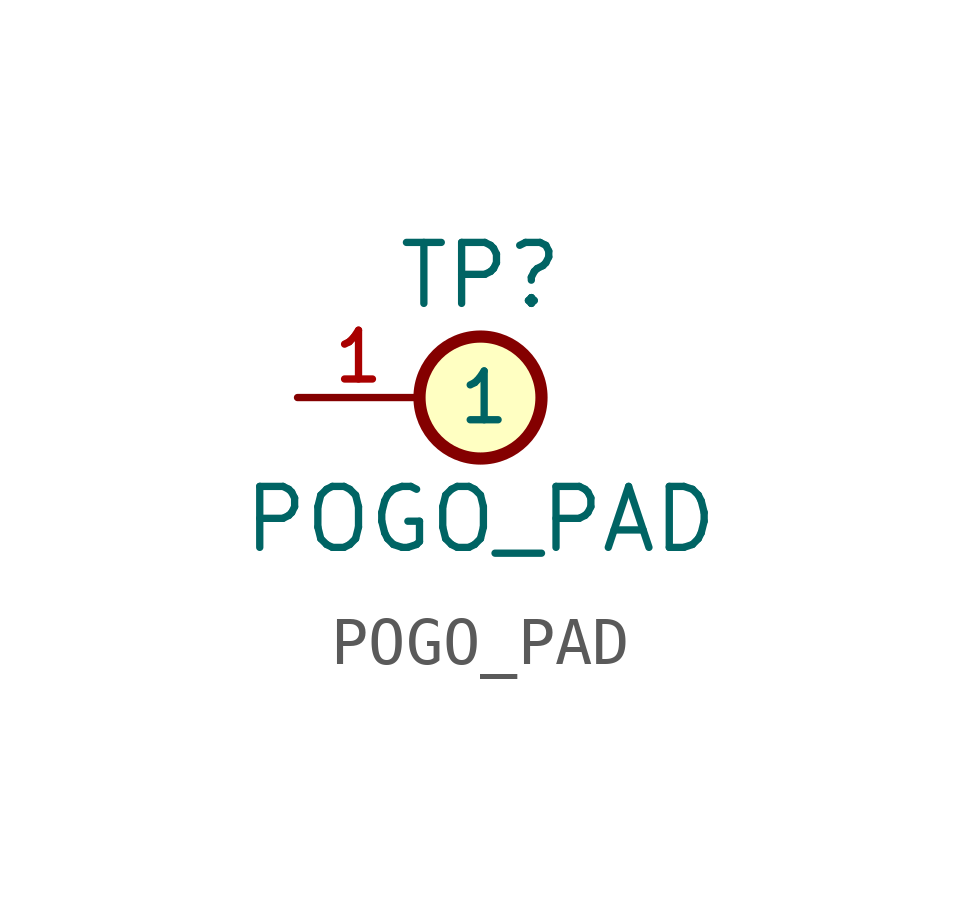
<source format=kicad_sym>
(kicad_symbol_lib
  (version 20240108)
  (generator "custom")
  (symbol "POGO_PAD"
    (pin_names
      (offset 0.762))
    (property "Reference" "TP"
      (at 0 2.54 0)
      (effects (font (size 1.27 1.27))))
    (property "Value" "POGO_PAD"
      (at 0 -2.54 0)
      (effects (font (size 1.27 1.27))))
    (symbol "POGO_PAD_0_1"
      (circle (center 0 0) (radius 1.27) (stroke (width 0.254) (type default)) (fill (type background))))
    (symbol "POGO_PAD_1_1"
      (pin passive line (at -3.81 0 0) (length 2.54) (name "1" (effects (font (size 1.016 1.016)))) (number "1" (effects (font (size 1.016 1.016))))))))
</source>
